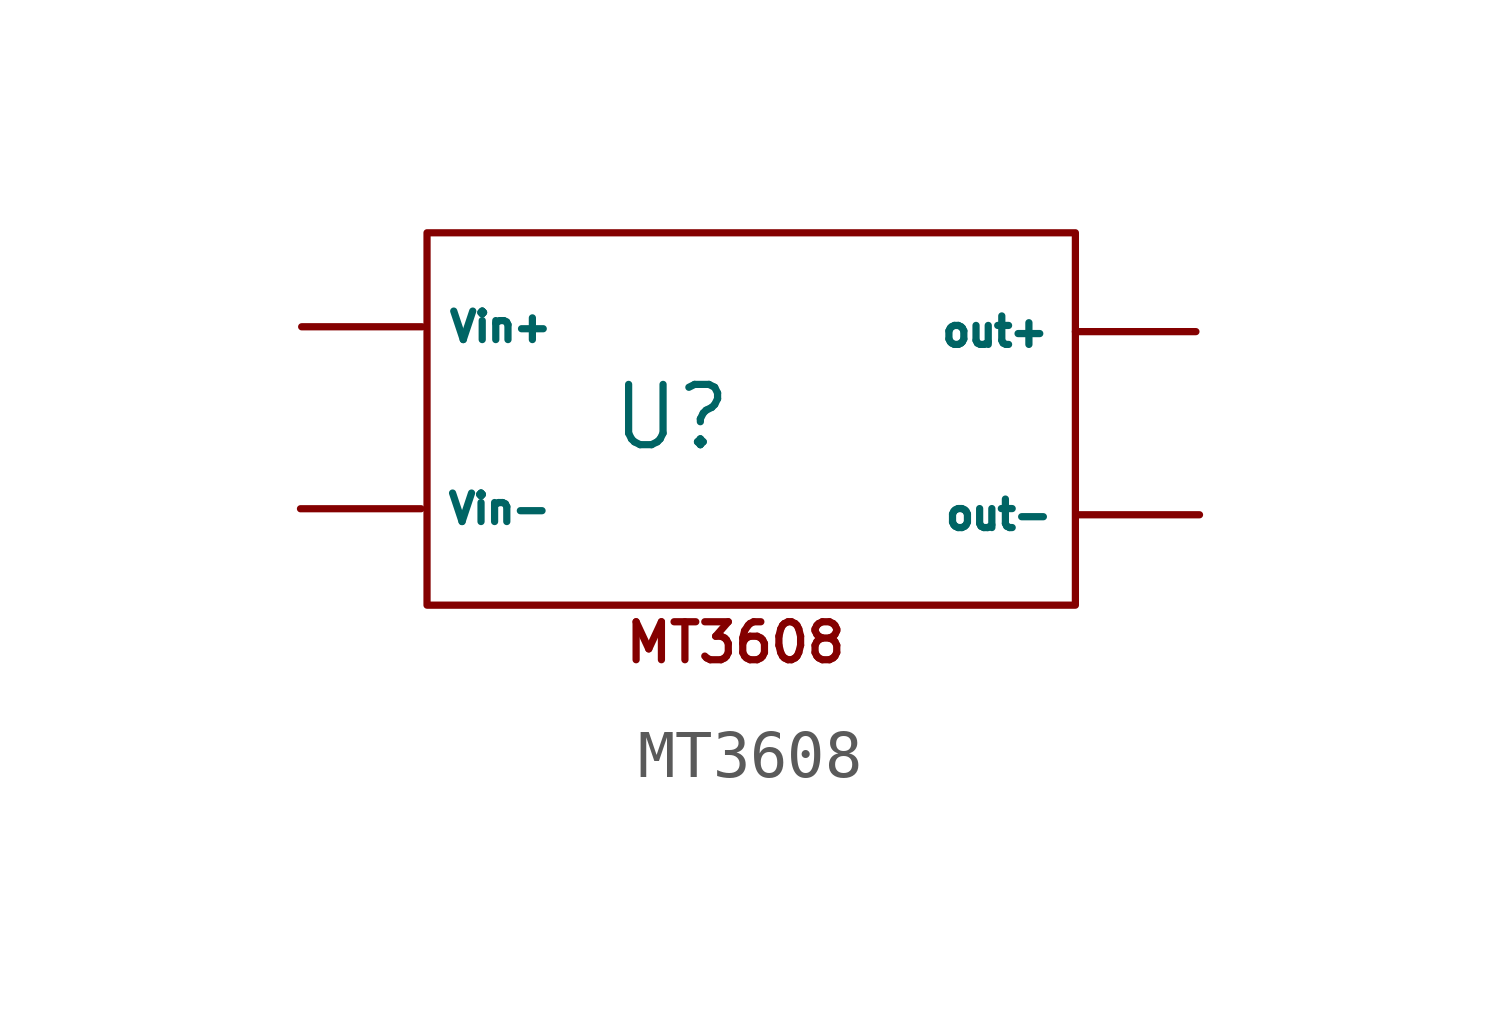
<source format=kicad_sym>
(kicad_symbol_lib
  (version 20220914)
  (generator kicad_symbol_editor)
  (symbol "MT3608"
    (property "Reference" "U"
      (at 0 0 0)
      (effects (font (size 1.27 1.27))))
    (property "Value" ""
      (at 0 0 0)
      (effects (font (size 1.27 1.27))))
    (symbol "MT3608_0_1"
      (rectangle (start -5.156 3.886) (end 8.509 -3.962) (stroke (width 0) (type default)) (fill (type none))))
    (symbol "MT3608_1_1"
      (text "MT3608" (at 1.346 -4.75 0) (effects (font (size 0.8 0.8))))
      (pin input line (at -7.798 1.905 0) (length 2.54) (name "Vin+" (effects (font (size 0.6 0.6)))) (number "" (effects (font (size 1.27 1.27)))))
      (pin input line (at -7.823 -1.93 0) (length 2.54) (name "Vin-" (effects (font (size 0.6 0.6)))) (number "" (effects (font (size 1.27 1.27)))))
      (pin power_out line (at 11.049 1.803 180) (length 2.54) (name "out+" (effects (font (size 0.6 0.6)))) (number "" (effects (font (size 1.27 1.27)))))
      (pin power_out line (at 11.125 -2.057 180) (length 2.54) (name "out-" (effects (font (size 0.6 0.6)))) (number "" (effects (font (size 1.27 1.27))))))))
</source>
